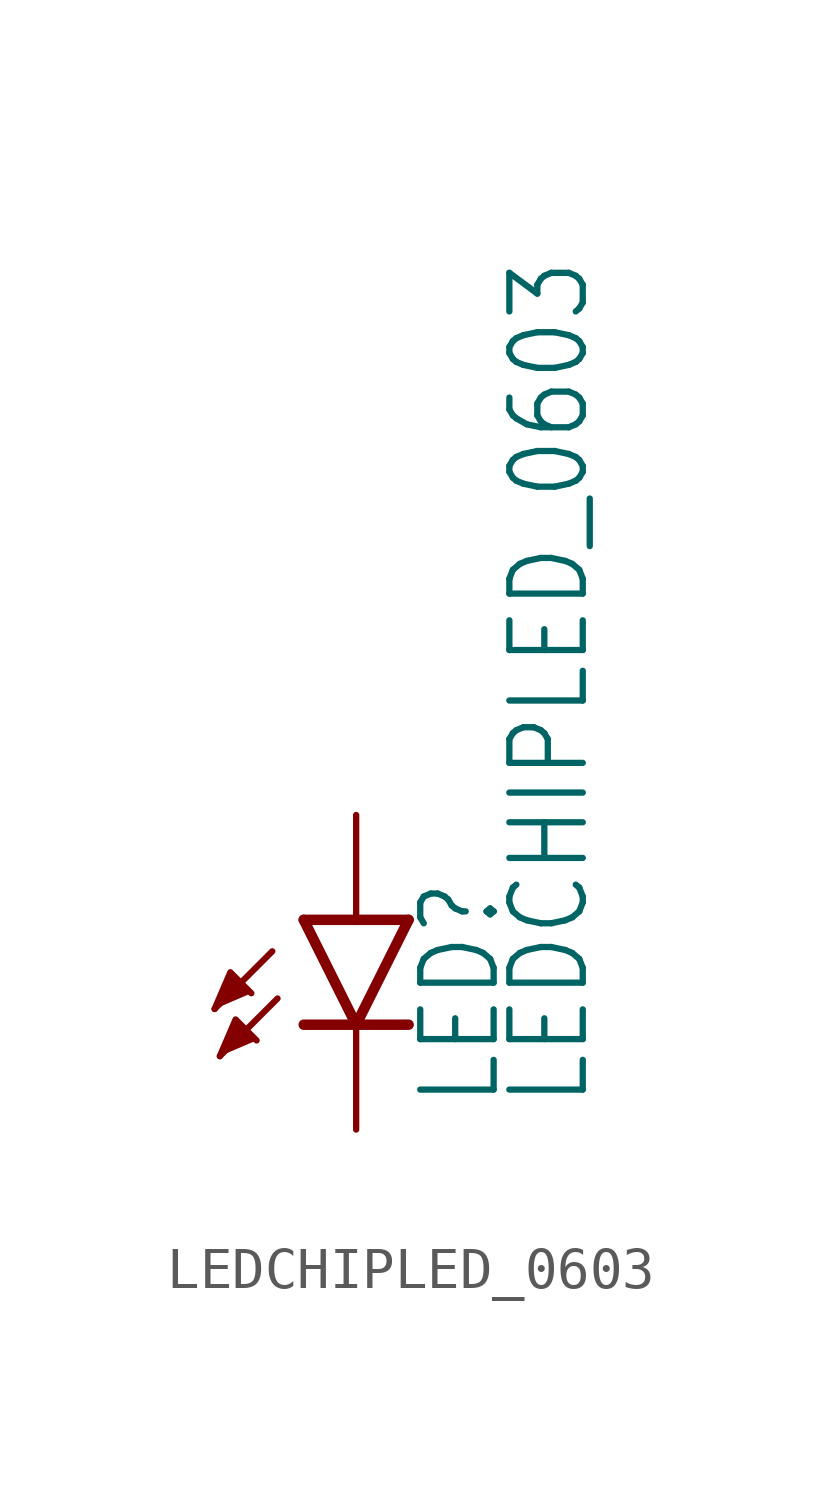
<source format=kicad_sym>
(kicad_symbol_lib
  (version 20201005)
  (generator kicad_symbol_editor)
  (symbol "LEDCHIPLED_0603"
    (property "Reference" "LED"
      (at 3.556 -4.572 90)
      (effects (font (size 1.778 1.511)) (justify left bottom)))
    (property "Value" "LEDCHIPLED_0603"
      (at 5.715 -4.572 90)
      (effects (font (size 1.778 1.511)) (justify left bottom)))
    (property "ki_locked" ""
      (at 0 0 0)
      (effects (font (size 1.27 1.27))))
    (symbol "LEDCHIPLED_0603_1_0"
      (polyline (pts (xy -2.032 -0.762) (xy -3.429 -2.159)) (stroke (width 0.152)) (fill (type none)))
      (polyline (pts (xy -1.905 -1.905) (xy -3.302 -3.302)) (stroke (width 0.152)) (fill (type none)))
      (polyline (pts (xy 0 -2.54) (xy -1.27 -2.54)) (stroke (width 0.254)) (fill (type none)))
      (polyline (pts (xy 0 -2.54) (xy -1.27 0)) (stroke (width 0.254)) (fill (type none)))
      (polyline (pts (xy 0 0) (xy -1.27 0)) (stroke (width 0.254)) (fill (type none)))
      (polyline (pts (xy 1.27 -2.54) (xy 0 -2.54)) (stroke (width 0.254)) (fill (type none)))
      (polyline (pts (xy 1.27 0) (xy 0 -2.54)) (stroke (width 0.254)) (fill (type none)))
      (polyline (pts (xy 1.27 0) (xy 0 0)) (stroke (width 0.254)) (fill (type none)))
      (polyline (pts (xy -3.429 -2.159) (xy -3.048 -1.27) (xy -2.54 -1.778)) (stroke (width 0)) (fill (type outline)))
      (polyline (pts (xy -3.302 -3.302) (xy -2.921 -2.413) (xy -2.413 -2.921)) (stroke (width 0)) (fill (type outline)))
      (pin passive line (at 0 2.54 270) (length 2.54) (name "A" (effects (font (size 0 0)))) (number "A" (effects (font (size 0 0)))))
      (pin passive line (at 0 -5.08 90) (length 2.54) (name "C" (effects (font (size 0 0)))) (number "C" (effects (font (size 0 0))))))))
</source>
